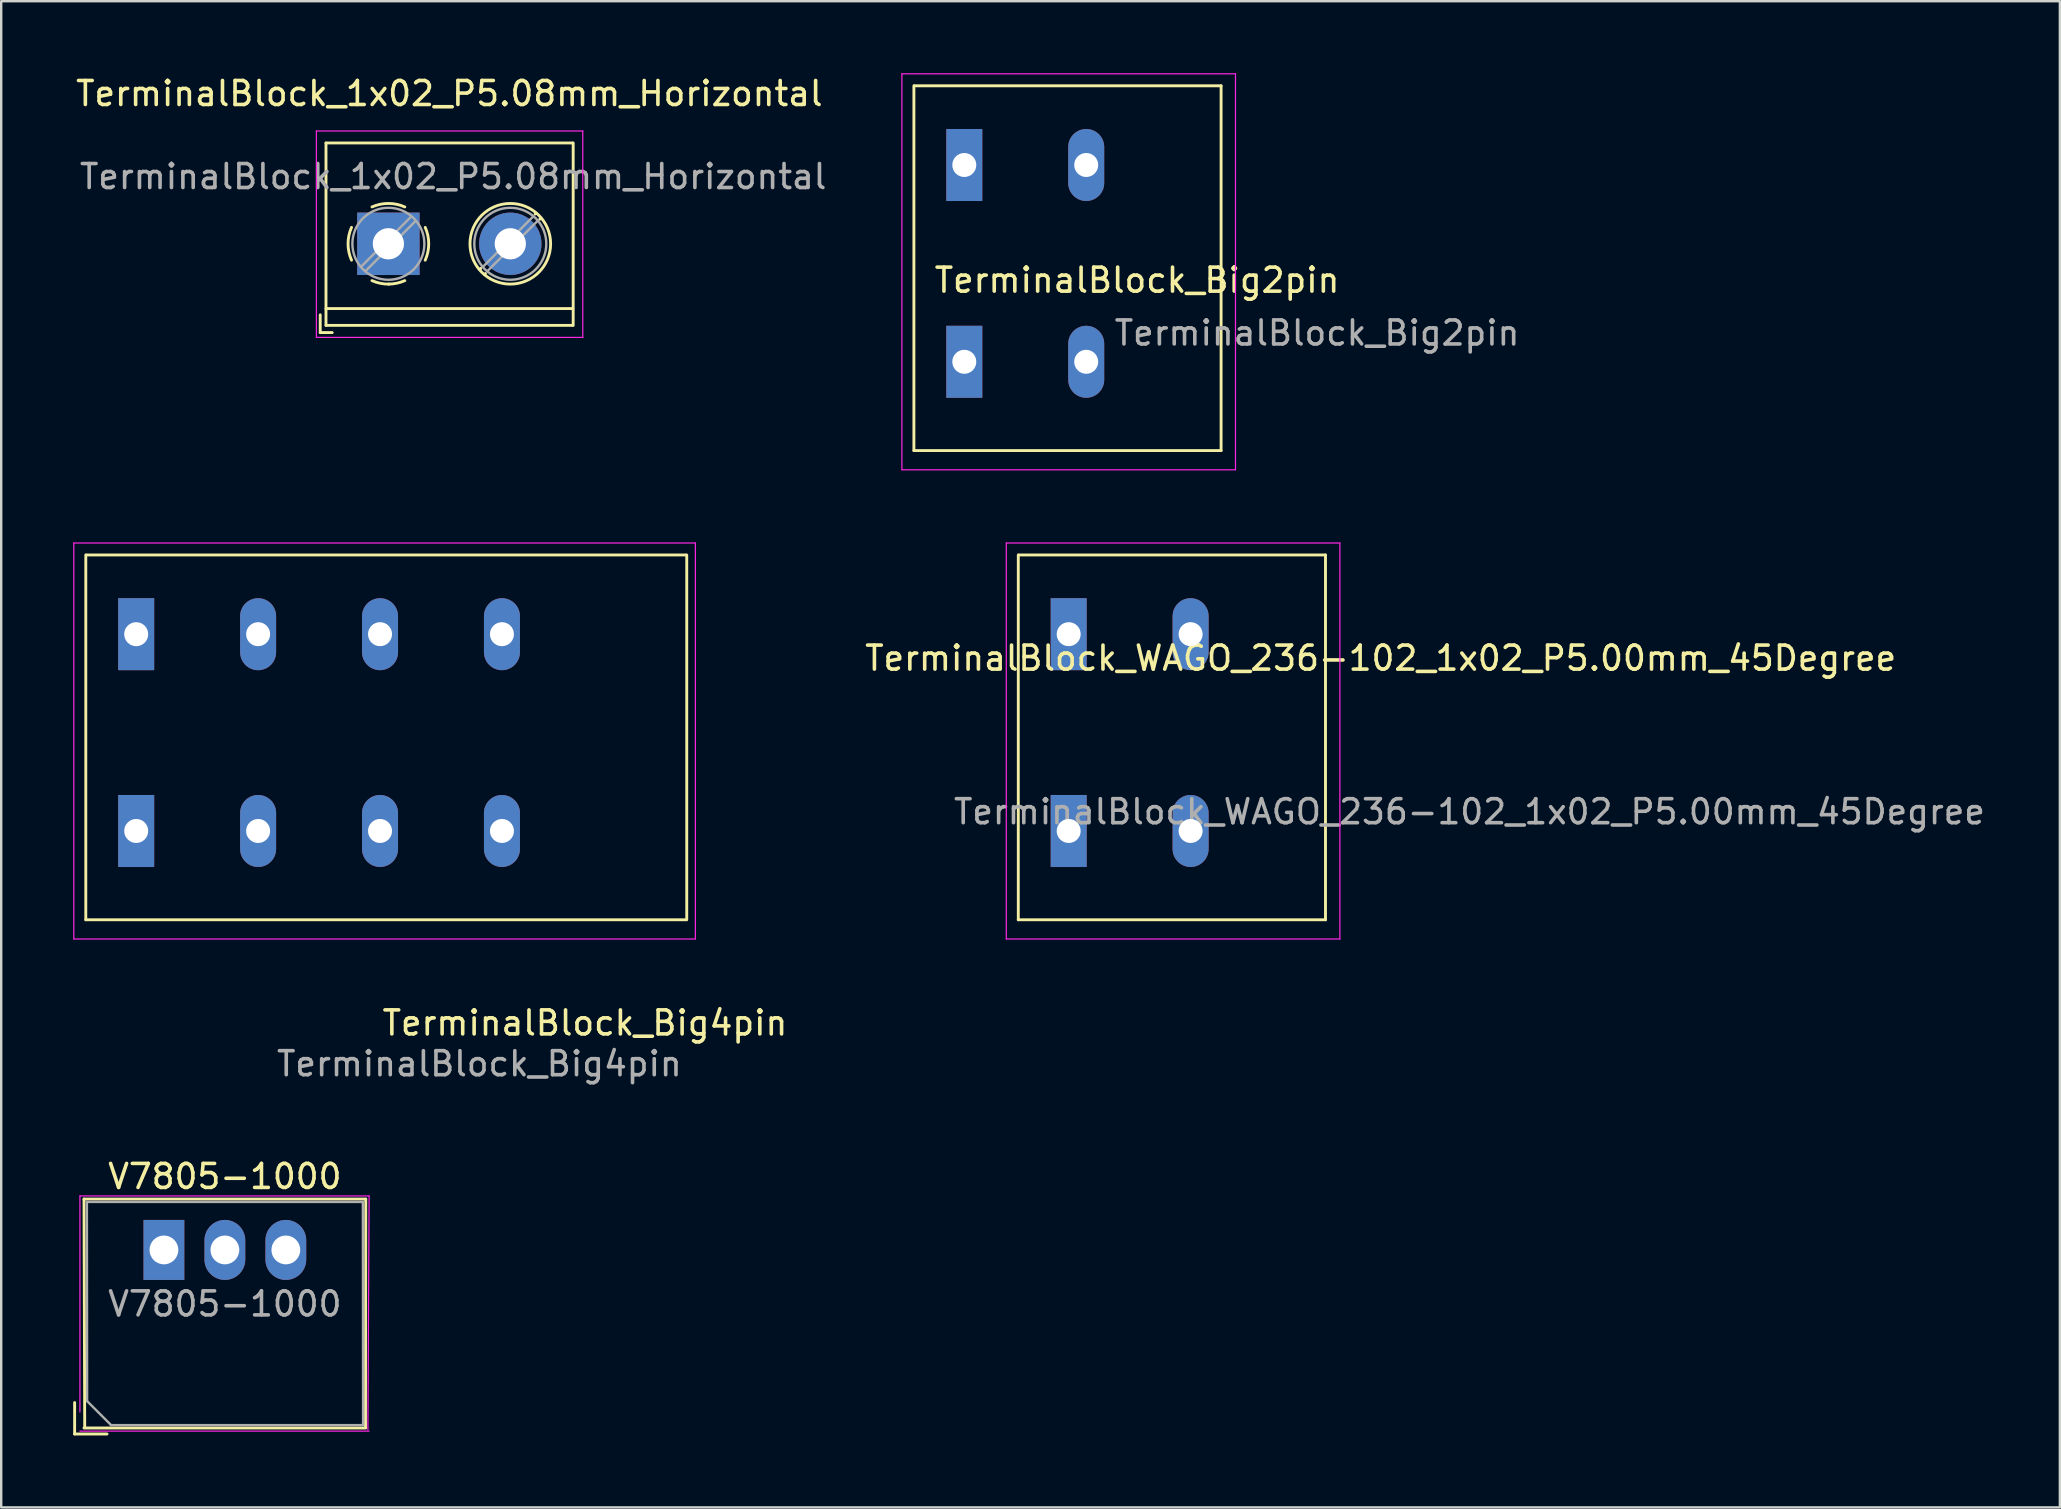
<source format=kicad_pcb>
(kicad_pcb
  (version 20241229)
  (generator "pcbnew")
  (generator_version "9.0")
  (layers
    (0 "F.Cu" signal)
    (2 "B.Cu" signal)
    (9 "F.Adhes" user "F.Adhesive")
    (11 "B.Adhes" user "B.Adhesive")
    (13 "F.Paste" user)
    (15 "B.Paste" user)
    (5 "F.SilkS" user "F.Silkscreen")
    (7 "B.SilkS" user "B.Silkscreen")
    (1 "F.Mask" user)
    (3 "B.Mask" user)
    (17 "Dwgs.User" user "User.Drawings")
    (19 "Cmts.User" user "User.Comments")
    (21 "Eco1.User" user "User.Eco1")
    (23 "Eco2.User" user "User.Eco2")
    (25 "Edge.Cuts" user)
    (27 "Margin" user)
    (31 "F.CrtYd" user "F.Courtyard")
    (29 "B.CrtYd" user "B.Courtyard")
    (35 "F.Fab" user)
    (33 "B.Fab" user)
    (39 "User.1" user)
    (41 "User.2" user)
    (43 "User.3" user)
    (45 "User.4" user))
  (footprint "TerminalBlock_WAGO_236-102_1x02_P5.00mm_45Degree"
    (layer "F.Cu")
    (at 41.48 31.575)
    (property "Reference" "TerminalBlock_WAGO_236-102_1x02_P5.00mm_45Degree" (at 13 -7.2 0) (layer "F.SilkS") (effects (font (size 1 1) (thickness 0.15))))
    (attr through_hole)
    (fp_line (start -2.1 -11.5) (end -2.1 3.7) (stroke (width 0.12) (type solid)) (layer "F.SilkS"))
    (fp_line (start -2.1 3.7) (end 10.7 3.7) (stroke (width 0.12) (type solid)) (layer "F.SilkS"))
    (fp_line (start -2.08 -11.5) (end 10.7 -11.5) (stroke (width 0.12) (type solid)) (layer "F.SilkS"))
    (fp_line (start 10.7 -11.5) (end 10.7 3.7) (stroke (width 0.12) (type solid)) (layer "F.SilkS"))
    (fp_line (start -2.6 -12) (end -2.6 4.5) (stroke (width 0.05) (type solid)) (layer "F.CrtYd"))
    (fp_line (start -2.6 4.5) (end 11.3 4.5) (stroke (width 0.05) (type solid)) (layer "F.CrtYd"))
    (fp_line (start 11.3 -12) (end -2.6 -12) (stroke (width 0.05) (type solid)) (layer "F.CrtYd"))
    (fp_line (start 11.3 4.5) (end 11.3 -12) (stroke (width 0.05) (type solid)) (layer "F.CrtYd"))
    (fp_text user "${REFERENCE}" (at 16.7 -0.8 0) (layer "F.Fab") (effects (font (size 1 1) (thickness 0.15))))
    (pad "1" thru_hole rect (at 0 -8.2) (size 1.5 3) (drill 1) (layers "*.Cu" "*.Mask"))
    (pad "1" thru_hole rect (at 0 0) (size 1.5 3) (drill 1) (layers "*.Cu" "*.Mask"))
    (pad "2" thru_hole oval (at 5.08 -8.2) (size 1.5 3) (drill 1) (layers "*.Cu" "*.Mask"))
    (pad "2" thru_hole oval (at 5.08 0) (size 1.5 3) (drill 1) (layers "*.Cu" "*.Mask")))
  (footprint "TerminalBlock_1x02_P5.08mm_Horizontal"
    (layer "F.Cu")
    (at 13.133 7.108)
    (property "Reference" "TerminalBlock_1x02_P5.08mm_Horizontal" (at 2.54 -6.26 0) (layer "F.SilkS") (effects (font (size 1 1) (thickness 0.15))))
    (attr through_hole)
    (fp_line (start -2.84 2.96) (end -2.84 3.7) (stroke (width 0.12) (type solid)) (layer "F.SilkS"))
    (fp_line (start -2.84 3.7) (end -2.34 3.7) (stroke (width 0.12) (type solid)) (layer "F.SilkS"))
    (fp_line (start -2.6 -4.2) (end -2.6 3.4) (stroke (width 0.12) (type solid)) (layer "F.SilkS"))
    (fp_line (start -2.6 -4.2) (end 7.68 -4.2) (stroke (width 0.12) (type solid)) (layer "F.SilkS"))
    (fp_line (start -2.6 2.7) (end 7.68 2.7) (stroke (width 0.12) (type solid)) (layer "F.SilkS"))
    (fp_line (start -2.6 3.4) (end 7.68 3.4) (stroke (width 0.12) (type solid)) (layer "F.SilkS"))
    (fp_line (start 3.853 1.023) (end 3.806 1.069) (stroke (width 0.12) (type solid)) (layer "F.SilkS"))
    (fp_line (start 4.046 1.239) (end 4.011 1.274) (stroke (width 0.12) (type solid)) (layer "F.SilkS"))
    (fp_line (start 6.15 -1.275) (end 6.115 -1.239) (stroke (width 0.12) (type solid)) (layer "F.SilkS"))
    (fp_line (start 6.355 -1.069) (end 6.308 -1.023) (stroke (width 0.12) (type solid)) (layer "F.SilkS"))
    (fp_line (start 7.7 -4.2) (end 7.7 3.4) (stroke (width 0.12) (type solid)) (layer "F.SilkS"))
    (fp_arc (start -1.535427 0.683042) (mid -1.680501 -0.000524) (end -1.535 -0.684) (stroke (width 0.12) (type solid)) (layer "F.SilkS"))
    (fp_arc (start -0.683042 -1.535427) (mid 0.000524 -1.680501) (end 0.684 -1.535) (stroke (width 0.12) (type solid)) (layer "F.SilkS"))
    (fp_arc (start 0.028805 1.680253) (mid -0.335551 1.646659) (end -0.684 1.535) (stroke (width 0.12) (type solid)) (layer "F.SilkS"))
    (fp_arc (start 0.683318 1.534756) (mid 0.349292 1.643288) (end 0 1.68) (stroke (width 0.12) (type solid)) (layer "F.SilkS"))
    (fp_arc (start 1.535427 -0.683042) (mid 1.680501 0.000524) (end 1.535 0.684) (stroke (width 0.12) (type solid)) (layer "F.SilkS"))
    (fp_circle (center 5.08 0) (end 6.76 0) (stroke (width 0.12) (type solid)) (fill no) (layer "F.SilkS"))
    (fp_line (start -3 -4.7) (end -3 3.9) (stroke (width 0.05) (type solid)) (layer "F.CrtYd"))
    (fp_line (start -3 3.9) (end 8.1 3.9) (stroke (width 0.05) (type solid)) (layer "F.CrtYd"))
    (fp_line (start 8.1 -4.7) (end -3 -4.7) (stroke (width 0.05) (type solid)) (layer "F.CrtYd"))
    (fp_line (start 8.1 3.9) (end 8.1 -4.7) (stroke (width 0.05) (type solid)) (layer "F.CrtYd"))
    (fp_line (start 0.955 -1.138) (end -1.138 0.955) (stroke (width 0.1) (type solid)) (layer "F.Fab"))
    (fp_line (start 1.138 -0.955) (end -0.955 1.138) (stroke (width 0.1) (type solid)) (layer "F.Fab"))
    (fp_line (start 6.035 -1.138) (end 3.943 0.955) (stroke (width 0.1) (type solid)) (layer "F.Fab"))
    (fp_line (start 6.218 -0.955) (end 4.126 1.138) (stroke (width 0.1) (type solid)) (layer "F.Fab"))
    (fp_circle (center 0 0) (end 1.5 0) (stroke (width 0.1) (type solid)) (fill no) (layer "F.Fab"))
    (fp_circle (center 5.08 0) (end 6.58 0) (stroke (width 0.1) (type solid)) (fill no) (layer "F.Fab"))
    (fp_text user "${REFERENCE}" (at 2.7 -2.8 0) (layer "F.Fab") (effects (font (size 1 1) (thickness 0.15))))
    (pad "1" thru_hole rect (at 0 0) (size 2.6 2.6) (drill 1.3) (layers "*.Cu" "*.Mask"))
    (pad "2" thru_hole circle (at 5.08 0) (size 2.6 2.6) (drill 1.3) (layers "*.Cu" "*.Mask")))
  (footprint "TerminalBlock_Big2pin"
    (layer "F.Cu")
    (at 37.13 12.025)
    (property "Reference" "TerminalBlock_Big2pin" (at 7.2 -3.4 0) (layer "F.SilkS") (effects (font (size 1 1) (thickness 0.15))))
    (attr through_hole)
    (fp_line (start -2.1 -11.5) (end -2.1 3.7) (stroke (width 0.12) (type solid)) (layer "F.SilkS"))
    (fp_line (start -2.1 3.7) (end 10.7 3.7) (stroke (width 0.12) (type solid)) (layer "F.SilkS"))
    (fp_line (start -2.08 -11.5) (end 10.7 -11.5) (stroke (width 0.12) (type solid)) (layer "F.SilkS"))
    (fp_line (start 10.7 -11.5) (end 10.7 3.7) (stroke (width 0.12) (type solid)) (layer "F.SilkS"))
    (fp_line (start -2.6 -12) (end -2.6 4.5) (stroke (width 0.05) (type solid)) (layer "F.CrtYd"))
    (fp_line (start -2.6 4.5) (end 11.3 4.5) (stroke (width 0.05) (type solid)) (layer "F.CrtYd"))
    (fp_line (start 11.3 -12) (end -2.6 -12) (stroke (width 0.05) (type solid)) (layer "F.CrtYd"))
    (fp_line (start 11.3 4.5) (end 11.3 -12) (stroke (width 0.05) (type solid)) (layer "F.CrtYd"))
    (fp_text user "${REFERENCE}" (at 14.7 -1.2 0) (layer "F.Fab") (effects (font (size 1 1) (thickness 0.15))))
    (pad "1" thru_hole rect (at 0 -8.2) (size 1.5 3) (drill 1) (layers "*.Cu" "*.Mask"))
    (pad "1" thru_hole rect (at 0 0) (size 1.5 3) (drill 1) (layers "*.Cu" "*.Mask"))
    (pad "2" thru_hole oval (at 5.08 -8.2) (size 1.5 3) (drill 1) (layers "*.Cu" "*.Mask"))
    (pad "2" thru_hole oval (at 5.08 0) (size 1.5 3) (drill 1) (layers "*.Cu" "*.Mask")))
  (footprint "TerminalBlock_Big4pin"
    (layer "F.Cu")
    (at 2.625 31.575)
    (property "Reference" "TerminalBlock_Big4pin" (at 18.7 8 0) (layer "F.SilkS") (effects (font (size 1 1) (thickness 0.15))))
    (attr through_hole)
    (fp_line (start -2.1 -11.5) (end -2.1 3.7) (stroke (width 0.12) (type solid)) (layer "F.SilkS"))
    (fp_line (start -2.1 3.7) (end 22.9 3.7) (stroke (width 0.12) (type solid)) (layer "F.SilkS"))
    (fp_line (start -2.08 -11.5) (end 22.9 -11.5) (stroke (width 0.12) (type solid)) (layer "F.SilkS"))
    (fp_line (start 22.94 -11.5) (end 22.94 3.7) (stroke (width 0.12) (type solid)) (layer "F.SilkS"))
    (fp_line (start -2.6 -12) (end -2.6 4.5) (stroke (width 0.05) (type solid)) (layer "F.CrtYd"))
    (fp_line (start -2.6 4.5) (end 23.3 4.5) (stroke (width 0.05) (type solid)) (layer "F.CrtYd"))
    (fp_line (start 23.3 -12) (end -2.6 -12) (stroke (width 0.05) (type solid)) (layer "F.CrtYd"))
    (fp_line (start 23.3 4.5) (end 23.3 -12) (stroke (width 0.05) (type solid)) (layer "F.CrtYd"))
    (fp_text user "${REFERENCE}" (at 14.3 9.7 0) (layer "F.Fab") (effects (font (size 1 1) (thickness 0.15))))
    (pad "1" thru_hole rect (at 0 -8.2) (size 1.5 3) (drill 1) (layers "*.Cu" "*.Mask"))
    (pad "1" thru_hole rect (at 0 0) (size 1.5 3) (drill 1) (layers "*.Cu" "*.Mask"))
    (pad "2" thru_hole oval (at 5.08 -8.2) (size 1.5 3) (drill 1) (layers "*.Cu" "*.Mask"))
    (pad "2" thru_hole oval (at 5.08 0) (size 1.5 3) (drill 1) (layers "*.Cu" "*.Mask"))
    (pad "3" thru_hole oval (at 10.16 -8.2) (size 1.5 3) (drill 1) (layers "*.Cu" "*.Mask"))
    (pad "3" thru_hole oval (at 10.16 0) (size 1.5 3) (drill 1) (layers "*.Cu" "*.Mask"))
    (pad "4" thru_hole oval (at 15.24 -8.2) (size 1.5 3) (drill 1) (layers "*.Cu" "*.Mask"))
    (pad "4" thru_hole oval (at 15.24 0) (size 1.5 3) (drill 1) (layers "*.Cu" "*.Mask")))
  (footprint "V7805-1000"
    (layer "F.Cu")
    (at 3.78 49.032)
    (property "Reference" "V7805-1000" (at 2.54 -3.06 0) (layer "F.SilkS") (effects (font (size 1 1) (thickness 0.15))))
    (attr through_hole)
    (fp_line (start -3.72 6.36) (end -3.72 7.67) (stroke (width 0.12) (type solid)) (layer "F.SilkS"))
    (fp_line (start -3.72 7.67) (end -2.37 7.67) (stroke (width 0.12) (type solid)) (layer "F.SilkS"))
    (fp_line (start -3.33 -2.12) (end -3.3 7.4) (stroke (width 0.12) (type solid)) (layer "F.SilkS"))
    (fp_line (start -3.33 -2.12) (end 8.41 -2.12) (stroke (width 0.12) (type solid)) (layer "F.SilkS"))
    (fp_line (start -3.33 7.42) (end 8.41 7.42) (stroke (width 0.12) (type solid)) (layer "F.SilkS"))
    (fp_line (start 8.41 -2.12) (end 8.4 7.4) (stroke (width 0.12) (type solid)) (layer "F.SilkS"))
    (fp_line (start -3.5 -2.25) (end -3.5 6.75) (stroke (width 0.05) (type solid)) (layer "F.CrtYd"))
    (fp_line (start -3.5 7.55) (end 8.55 7.55) (stroke (width 0.05) (type solid)) (layer "F.CrtYd"))
    (fp_line (start 8.5 7.5) (end 8.55 -2.25) (stroke (width 0.05) (type solid)) (layer "F.CrtYd"))
    (fp_line (start 8.55 -2.25) (end -3.5 -2.25) (stroke (width 0.05) (type solid)) (layer "F.CrtYd"))
    (fp_line (start -3.21 -2) (end 8.29 -2) (stroke (width 0.1) (type solid)) (layer "F.Fab"))
    (fp_line (start -3.2 6.3) (end -3.21 -2) (stroke (width 0.1) (type solid)) (layer "F.Fab"))
    (fp_line (start -2.2 7.3) (end -3.2 6.3) (stroke (width 0.1) (type solid)) (layer "F.Fab"))
    (fp_line (start 8.29 -2) (end 8.3 7.3) (stroke (width 0.1) (type solid)) (layer "F.Fab"))
    (fp_line (start 8.29 7.3) (end -2.21 7.3) (stroke (width 0.1) (type solid)) (layer "F.Fab"))
    (fp_text user "${REFERENCE}" (at 2.54 2.25 0) (layer "F.Fab") (effects (font (size 1 1) (thickness 0.15))))
    (pad "1" thru_hole rect (at 0 0) (size 1.7 2.5) (drill 1.2) (layers "*.Cu" "*.Mask"))
    (pad "2" thru_hole oval (at 2.54 0) (size 1.7 2.5) (drill 1.2) (layers "*.Cu" "*.Mask"))
    (pad "3" thru_hole oval (at 5.08 0) (size 1.7 2.5) (drill 1.2) (layers "*.Cu" "*.Mask")))
  (gr_rect
    (start -3 -3)
    (end 82.781 59.761)
    (stroke (width 0.1) (type default))
    (fill no)
    (layer "Edge.Cuts")))
</source>
